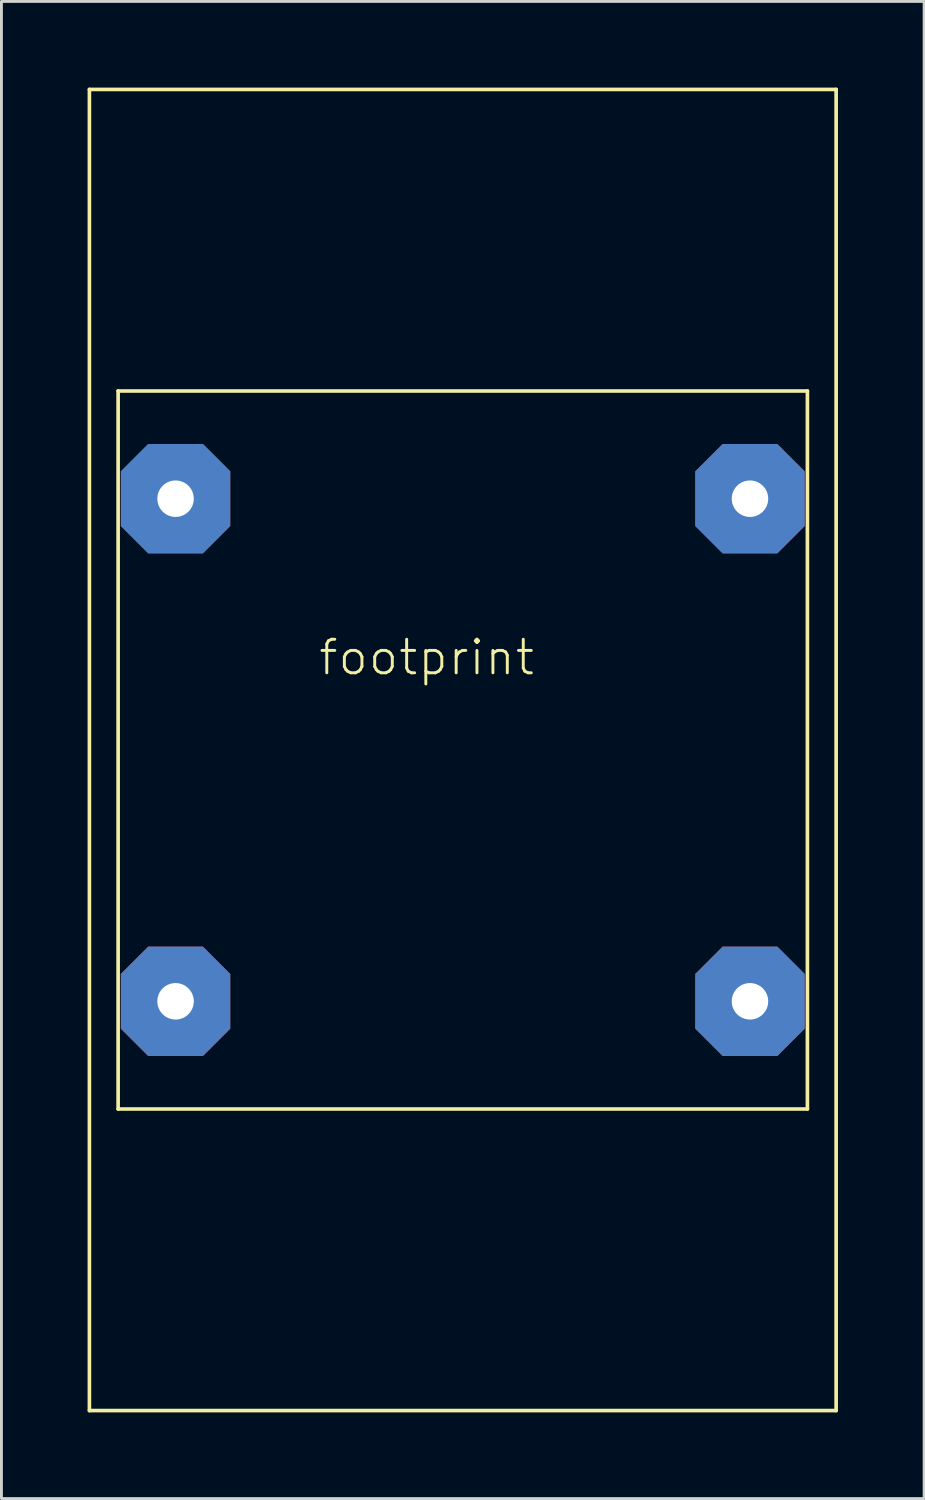
<source format=kicad_pcb>
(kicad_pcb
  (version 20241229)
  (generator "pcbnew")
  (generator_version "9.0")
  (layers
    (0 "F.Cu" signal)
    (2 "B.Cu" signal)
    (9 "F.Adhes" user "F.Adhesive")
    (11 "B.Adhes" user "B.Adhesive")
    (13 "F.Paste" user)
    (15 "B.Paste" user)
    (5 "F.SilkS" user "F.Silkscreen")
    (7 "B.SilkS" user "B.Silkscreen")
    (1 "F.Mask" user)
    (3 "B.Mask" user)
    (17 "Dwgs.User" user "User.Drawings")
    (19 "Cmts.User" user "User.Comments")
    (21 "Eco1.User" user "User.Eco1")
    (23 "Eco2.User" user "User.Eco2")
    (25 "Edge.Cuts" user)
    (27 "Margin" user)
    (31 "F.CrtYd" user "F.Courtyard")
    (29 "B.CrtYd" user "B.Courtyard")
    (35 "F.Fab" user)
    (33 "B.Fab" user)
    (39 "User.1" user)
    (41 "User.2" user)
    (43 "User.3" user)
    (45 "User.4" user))
  (footprint "footprint"
    (layer "F.Cu")
    (at 13.063 23.064)
    (property "Reference" "footprint" (at -5.08 -2.54 0) (layer "F.SilkS") (effects (font (size 1.168 1.168) (thickness 0.102)) (justify left bottom)))
    (fp_line (start -13 -23) (end 13 -23) (stroke (width 0.127) (type solid)) (layer "F.SilkS"))
    (fp_line (start -13 23) (end -13 -23) (stroke (width 0.127) (type solid)) (layer "F.SilkS"))
    (fp_line (start -12 -12.5) (end 12 -12.5) (stroke (width 0.127) (type solid)) (layer "F.SilkS"))
    (fp_line (start -12 12.5) (end -12 -12.5) (stroke (width 0.127) (type solid)) (layer "F.SilkS"))
    (fp_line (start 12 -12.5) (end 12 12.5) (stroke (width 0.127) (type solid)) (layer "F.SilkS"))
    (fp_line (start 12 12.5) (end -12 12.5) (stroke (width 0.127) (type solid)) (layer "F.SilkS"))
    (fp_line (start 13 -23) (end 13 23) (stroke (width 0.127) (type solid)) (layer "F.SilkS"))
    (fp_line (start 13 23) (end -13 23) (stroke (width 0.127) (type solid)) (layer "F.SilkS"))
    (pad "1" thru_hole roundrect (at -10 8.75) (size 3.81 3.81) (drill 1.27) (layers "*.Cu" "*.Mask") (roundrect_rratio 0.25) (chamfer_ratio 0.25) (chamfer top_left top_right bottom_left bottom_right))
    (pad "2" thru_hole roundrect (at 10 8.75) (size 3.81 3.81) (drill 1.27) (layers "*.Cu" "*.Mask") (roundrect_rratio 0.25) (chamfer_ratio 0.25) (chamfer top_left top_right bottom_left bottom_right))
    (pad "3" thru_hole roundrect (at -10 -8.75) (size 3.81 3.81) (drill 1.27) (layers "*.Cu" "*.Mask") (roundrect_rratio 0.25) (chamfer_ratio 0.25) (chamfer top_left top_right bottom_left bottom_right))
    (pad "4" thru_hole roundrect (at 10 -8.75) (size 3.81 3.81) (drill 1.27) (layers "*.Cu" "*.Mask") (roundrect_rratio 0.25) (chamfer_ratio 0.25) (chamfer top_left top_right bottom_left bottom_right)))
  (gr_rect
    (start -3 -3)
    (end 29.127 49.127)
    (stroke (width 0.1) (type default))
    (fill no)
    (layer "Edge.Cuts")))
</source>
